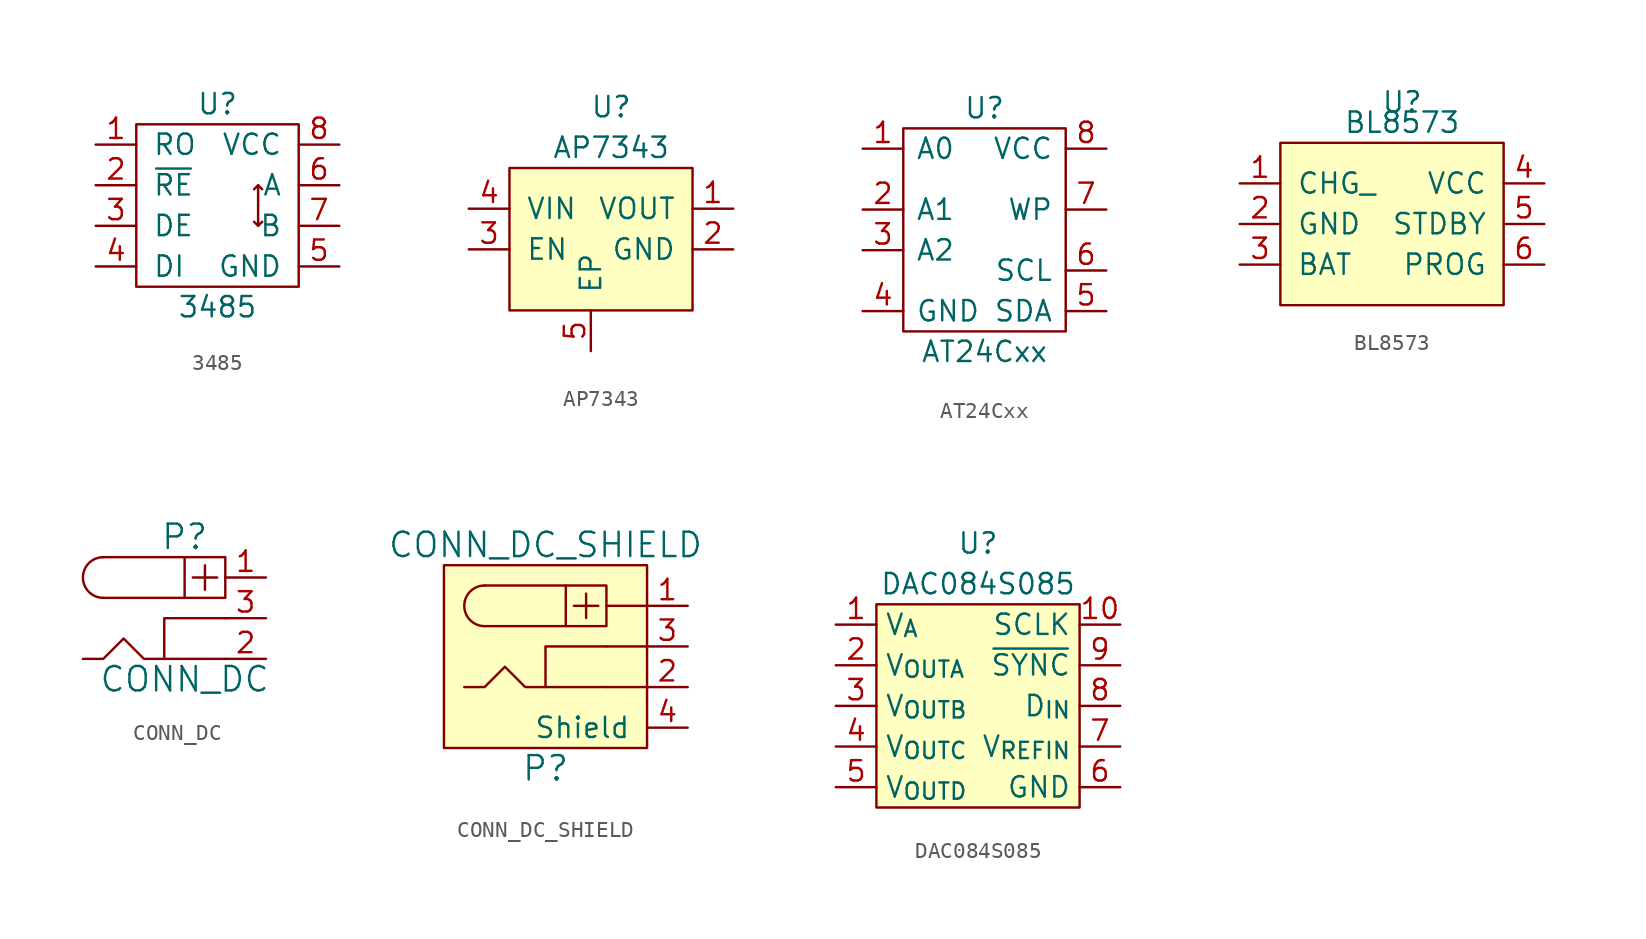
<source format=kicad_sym>
(kicad_symbol_lib
  (version 20220914)
  (generator kicad_symbol_editor)
  (symbol "3485"
    (pin_names
      (offset 1.016))
    (property "Reference" "U"
      (at 0 6.35 0)
      (effects (font (size 1.27 1.27))))
    (property "Value" "3485"
      (at 0 -6.35 0)
      (effects (font (size 1.27 1.27))))
    (property "Footprint" ""
      (at 0 0 0)
      (effects (font (size 1.524 1.524))))
    (property "Datasheet" ""
      (at 0 0 0)
      (effects (font (size 1.524 1.524))))
    (symbol "3485_0_1"
      (rectangle (start -5.08 5.08) (end 5.08 -5.08) (stroke (width 0) (type default)) (fill (type none)))
      (polyline (pts (xy 2.286 -1.016) (xy 2.54 -1.27) (xy 2.794 -1.016)) (stroke (width 0) (type default)) (fill (type none)))
      (polyline (pts (xy 2.286 1.016) (xy 2.54 1.27) (xy 2.794 1.016)) (stroke (width 0) (type default)) (fill (type none)))
      (rectangle (start 2.54 0) (end 2.54 -1.27) (stroke (width 0) (type default)) (fill (type none)))
      (rectangle (start 2.54 0) (end 2.54 1.27) (stroke (width 0) (type default)) (fill (type none))))
    (symbol "3485_1_1"
      (pin bidirectional line (at -7.62 3.81 0) (length 2.54) (name "RO" (effects (font (size 1.27 1.27)))) (number "1" (effects (font (size 1.27 1.27)))))
      (pin bidirectional line (at -7.62 1.27 0) (length 2.54) (name "~{RE}" (effects (font (size 1.27 1.27)))) (number "2" (effects (font (size 1.27 1.27)))))
      (pin bidirectional line (at -7.62 -1.27 0) (length 2.54) (name "DE" (effects (font (size 1.27 1.27)))) (number "3" (effects (font (size 1.27 1.27)))))
      (pin bidirectional line (at -7.62 -3.81 0) (length 2.54) (name "DI" (effects (font (size 1.27 1.27)))) (number "4" (effects (font (size 1.27 1.27)))))
      (pin bidirectional line (at 7.62 -3.81 180) (length 2.54) (name "GND" (effects (font (size 1.27 1.27)))) (number "5" (effects (font (size 1.27 1.27)))))
      (pin bidirectional line (at 7.62 1.27 180) (length 2.54) (name "A" (effects (font (size 1.27 1.27)))) (number "6" (effects (font (size 1.27 1.27)))))
      (pin bidirectional line (at 7.62 -1.27 180) (length 2.54) (name "B" (effects (font (size 1.27 1.27)))) (number "7" (effects (font (size 1.27 1.27)))))
      (pin bidirectional line (at 7.62 3.81 180) (length 2.54) (name "VCC" (effects (font (size 1.27 1.27)))) (number "8" (effects (font (size 1.27 1.27)))))))
  (symbol "AP7343"
    (pin_names
      (offset 1.016))
    (property "Reference" "U"
      (at 0 7.62 0)
      (effects (font (size 1.27 1.27))))
    (property "Value" "AP7343"
      (at 0 5.08 0)
      (effects (font (size 1.27 1.27))))
    (symbol "AP7343_0_1"
      (rectangle (start -6.35 3.81) (end 5.08 -5.08) (stroke (width 0) (type default)) (fill (type background))))
    (symbol "AP7343_1_1"
      (pin input line (at 7.62 1.27 180) (length 2.54) (name "VOUT" (effects (font (size 1.27 1.27)))) (number "1" (effects (font (size 1.27 1.27)))))
      (pin input line (at 7.62 -1.27 180) (length 2.54) (name "GND" (effects (font (size 1.27 1.27)))) (number "2" (effects (font (size 1.27 1.27)))))
      (pin input line (at -8.89 -1.27 0) (length 2.54) (name "EN" (effects (font (size 1.27 1.27)))) (number "3" (effects (font (size 1.27 1.27)))))
      (pin input line (at -8.89 1.27 0) (length 2.54) (name "VIN" (effects (font (size 1.27 1.27)))) (number "4" (effects (font (size 1.27 1.27)))))
      (pin input line (at -1.27 -7.62 90) (length 2.54) (name "EP" (effects (font (size 1.27 1.27)))) (number "5" (effects (font (size 1.27 1.27)))))))
  (symbol "AT24Cxx"
    (pin_names
      (offset 0.762))
    (property "Reference" "U"
      (at 0 7.62 0)
      (effects (font (size 1.27 1.27))))
    (property "Value" "AT24Cxx"
      (at 0 -7.62 0)
      (effects (font (size 1.27 1.27))))
    (property "Footprint" ""
      (at 0 0 0)
      (effects (font (size 1.27 1.27))))
    (property "Datasheet" ""
      (at 0 0 0)
      (effects (font (size 1.27 1.27))))
    (symbol "AT24Cxx_0_0"
      (pin power_in line (at -7.62 -5.08 0) (length 2.54) (name "GND" (effects (font (size 1.27 1.27)))) (number "4" (effects (font (size 1.27 1.27)))))
      (pin power_in line (at 7.62 5.08 180) (length 2.54) (name "VCC" (effects (font (size 1.27 1.27)))) (number "8" (effects (font (size 1.27 1.27))))))
    (symbol "AT24Cxx_1_1"
      (rectangle (start -5.08 -6.35) (end 5.08 6.35) (stroke (width 0) (type default)) (fill (type none)))
      (pin input line (at -7.62 5.08 0) (length 2.54) (name "A0" (effects (font (size 1.27 1.27)))) (number "1" (effects (font (size 1.27 1.27)))))
      (pin input line (at -7.62 1.27 0) (length 2.54) (name "A1" (effects (font (size 1.27 1.27)))) (number "2" (effects (font (size 1.27 1.27)))))
      (pin input line (at -7.62 -1.27 0) (length 2.54) (name "A2" (effects (font (size 1.27 1.27)))) (number "3" (effects (font (size 1.27 1.27)))))
      (pin bidirectional line (at 7.62 -5.08 180) (length 2.54) (name "SDA" (effects (font (size 1.27 1.27)))) (number "5" (effects (font (size 1.27 1.27)))))
      (pin input line (at 7.62 -2.54 180) (length 2.54) (name "SCL" (effects (font (size 1.27 1.27)))) (number "6" (effects (font (size 1.27 1.27)))))
      (pin input line (at 7.62 1.27 180) (length 2.54) (name "WP" (effects (font (size 1.27 1.27)))) (number "7" (effects (font (size 1.27 1.27)))))))
  (symbol "BL8573"
    (pin_names
      (offset 1.016))
    (property "Reference" "U"
      (at 0 7.62 0)
      (effects (font (size 1.27 1.27))))
    (property "Value" "BL8573"
      (at 0 6.35 0)
      (effects (font (size 1.27 1.27))))
    (symbol "BL8573_0_1"
      (rectangle (start -7.62 5.08) (end 6.35 -5.08) (stroke (width 0) (type default)) (fill (type background))))
    (symbol "BL8573_1_1"
      (pin input line (at -10.16 2.54 0) (length 2.54) (name "CHG_" (effects (font (size 1.27 1.27)))) (number "1" (effects (font (size 1.27 1.27)))))
      (pin input line (at -10.16 0 0) (length 2.54) (name "GND" (effects (font (size 1.27 1.27)))) (number "2" (effects (font (size 1.27 1.27)))))
      (pin input line (at -10.16 -2.54 0) (length 2.54) (name "BAT" (effects (font (size 1.27 1.27)))) (number "3" (effects (font (size 1.27 1.27)))))
      (pin input line (at 8.89 2.54 180) (length 2.54) (name "VCC" (effects (font (size 1.27 1.27)))) (number "4" (effects (font (size 1.27 1.27)))))
      (pin input line (at 8.89 0 180) (length 2.54) (name "STDBY" (effects (font (size 1.27 1.27)))) (number "5" (effects (font (size 1.27 1.27)))))
      (pin input line (at 8.89 -2.54 180) (length 2.54) (name "PROG" (effects (font (size 1.27 1.27)))) (number "6" (effects (font (size 1.27 1.27)))))))
  (symbol "CONN_DC"
    (pin_names
      (offset 1.016))
    (property "Reference" "P"
      (at 0 5.08 0)
      (effects (font (size 1.524 1.524))))
    (property "Value" "CONN_DC"
      (at 0 -3.81 0)
      (effects (font (size 1.524 1.524))))
    (property "Footprint" ""
      (at 0 0 0)
      (effects (font (size 1.524 1.524))))
    (property "Datasheet" ""
      (at 0 0 0)
      (effects (font (size 1.524 1.524))))
    (symbol "CONN_DC_0_1"
      (arc (start -5.08 3.81) (mid -6.3445 2.54) (end -5.08 1.27) (stroke (width 0) (type default)) (fill (type none)))
      (polyline (pts (xy -5.08 1.27) (xy 0 1.27)) (stroke (width 0) (type default)) (fill (type none)))
      (polyline (pts (xy 0 3.81) (xy -5.08 3.81)) (stroke (width 0) (type default)) (fill (type none)))
      (polyline (pts (xy 0.508 2.54) (xy 2.032 2.54)) (stroke (width 0) (type default)) (fill (type none)))
      (polyline (pts (xy 1.27 3.302) (xy 1.27 1.778)) (stroke (width 0) (type default)) (fill (type none)))
      (polyline (pts (xy 2.54 0) (xy -1.27 0) (xy -1.27 -2.54)) (stroke (width 0) (type default)) (fill (type none)))
      (polyline (pts (xy 2.54 -2.54) (xy -2.54 -2.54) (xy -3.81 -1.27) (xy -5.08 -2.54) (xy -6.35 -2.54)) (stroke (width 0) (type default)) (fill (type none)))
      (rectangle (start 2.54 3.81) (end 0 1.27) (stroke (width 0) (type default)) (fill (type none))))
    (symbol "CONN_DC_1_1"
      (pin passive line (at 5.08 2.54 180) (length 2.54) (name "~" (effects (font (size 1.27 1.27)))) (number "1" (effects (font (size 1.27 1.27)))))
      (pin passive line (at 5.08 -2.54 180) (length 2.54) (name "~" (effects (font (size 1.27 1.27)))) (number "2" (effects (font (size 1.27 1.27)))))
      (pin passive line (at 5.08 0 180) (length 2.54) (name "~" (effects (font (size 1.27 1.27)))) (number "3" (effects (font (size 1.27 1.27)))))))
  (symbol "CONN_DC_SHIELD"
    (pin_names
      (offset 1.016))
    (property "Reference" "P"
      (at -1.27 -7.62 0)
      (effects (font (size 1.524 1.524))))
    (property "Value" "CONN_DC_SHIELD"
      (at -1.27 6.35 0)
      (effects (font (size 1.524 1.524))))
    (property "Footprint" ""
      (at 0 0 0)
      (effects (font (size 1.524 1.524))))
    (property "Datasheet" ""
      (at 0 0 0)
      (effects (font (size 1.524 1.524))))
    (symbol "CONN_DC_SHIELD_0_1"
      (arc (start -5.08 3.81) (mid -6.3445 2.54) (end -5.08 1.27) (stroke (width 0) (type default)) (fill (type none)))
      (polyline (pts (xy -5.08 1.27) (xy 0 1.27)) (stroke (width 0) (type default)) (fill (type none)))
      (polyline (pts (xy 0 3.81) (xy -5.08 3.81)) (stroke (width 0) (type default)) (fill (type none)))
      (polyline (pts (xy 0.508 2.54) (xy 2.032 2.54)) (stroke (width 0) (type default)) (fill (type none)))
      (polyline (pts (xy 1.27 3.302) (xy 1.27 1.778)) (stroke (width 0) (type default)) (fill (type none)))
      (polyline (pts (xy 2.54 -2.54) (xy 5.08 -2.54)) (stroke (width 0) (type default)) (fill (type none)))
      (polyline (pts (xy 2.54 0) (xy 5.08 0)) (stroke (width 0) (type default)) (fill (type none)))
      (polyline (pts (xy 5.08 2.54) (xy 2.54 2.54)) (stroke (width 0) (type default)) (fill (type none)))
      (polyline (pts (xy 2.54 0) (xy -1.27 0) (xy -1.27 -2.54)) (stroke (width 0) (type default)) (fill (type none)))
      (polyline (pts (xy 2.54 -2.54) (xy -2.54 -2.54) (xy -3.81 -1.27) (xy -5.08 -2.54) (xy -6.35 -2.54)) (stroke (width 0) (type default)) (fill (type none)))
      (rectangle (start 2.54 3.81) (end 0 1.27) (stroke (width 0) (type default)) (fill (type none)))
      (rectangle (start 5.08 5.08) (end -7.62 -6.35) (stroke (width 0) (type default)) (fill (type background))))
    (symbol "CONN_DC_SHIELD_1_1"
      (pin passive line (at 7.62 2.54 180) (length 2.54) (name "~" (effects (font (size 1.27 1.27)))) (number "1" (effects (font (size 1.27 1.27)))))
      (pin passive line (at 7.62 -2.54 180) (length 2.54) (name "~" (effects (font (size 1.27 1.27)))) (number "2" (effects (font (size 1.27 1.27)))))
      (pin passive line (at 7.62 0 180) (length 2.54) (name "~" (effects (font (size 1.27 1.27)))) (number "3" (effects (font (size 1.27 1.27)))))
      (pin input line (at 7.62 -5.08 180) (length 2.54) (name "Shield" (effects (font (size 1.27 1.27)))) (number "4" (effects (font (size 1.27 1.27)))))))
  (symbol "DAC084S085"
    (property "Reference" "U"
      (at 0 10.16 0)
      (effects (font (size 1.27 1.27))))
    (property "Value" "DAC084S085"
      (at 0 7.62 0)
      (effects (font (size 1.27 1.27))))
    (symbol "DAC084S085_1_1"
      (rectangle (start -6.35 6.35) (end 6.35 -6.35) (stroke (width 0) (type default)) (fill (type background)))
      (pin input line (at -8.89 5.08 0) (length 2.54) (name "V_{A}" (effects (font (size 1.27 1.27)))) (number "1" (effects (font (size 1.27 1.27)))))
      (pin input line (at 8.89 5.08 180) (length 2.54) (name "SCLK" (effects (font (size 1.27 1.27)))) (number "10" (effects (font (size 1.27 1.27)))))
      (pin output line (at -8.89 2.54 0) (length 2.54) (name "V_{OUTA}" (effects (font (size 1.27 1.27)))) (number "2" (effects (font (size 1.27 1.27)))))
      (pin output line (at -8.89 0 0) (length 2.54) (name "V_{OUTB}" (effects (font (size 1.27 1.27)))) (number "3" (effects (font (size 1.27 1.27)))))
      (pin output line (at -8.89 -2.54 0) (length 2.54) (name "V_{OUTC}" (effects (font (size 1.27 1.27)))) (number "4" (effects (font (size 1.27 1.27)))))
      (pin output line (at -8.89 -5.08 0) (length 2.54) (name "V_{OUTD}" (effects (font (size 1.27 1.27)))) (number "5" (effects (font (size 1.27 1.27)))))
      (pin input line (at 8.89 -5.08 180) (length 2.54) (name "GND" (effects (font (size 1.27 1.27)))) (number "6" (effects (font (size 1.27 1.27)))))
      (pin input line (at 8.89 -2.54 180) (length 2.54) (name "V_{REFIN}" (effects (font (size 1.27 1.27)))) (number "7" (effects (font (size 1.27 1.27)))))
      (pin input line (at 8.89 0 180) (length 2.54) (name "D_{IN}" (effects (font (size 1.27 1.27)))) (number "8" (effects (font (size 1.27 1.27)))))
      (pin input line (at 8.89 2.54 180) (length 2.54) (name "~{SYNC}" (effects (font (size 1.27 1.27)))) (number "9" (effects (font (size 1.27 1.27))))))))
</source>
